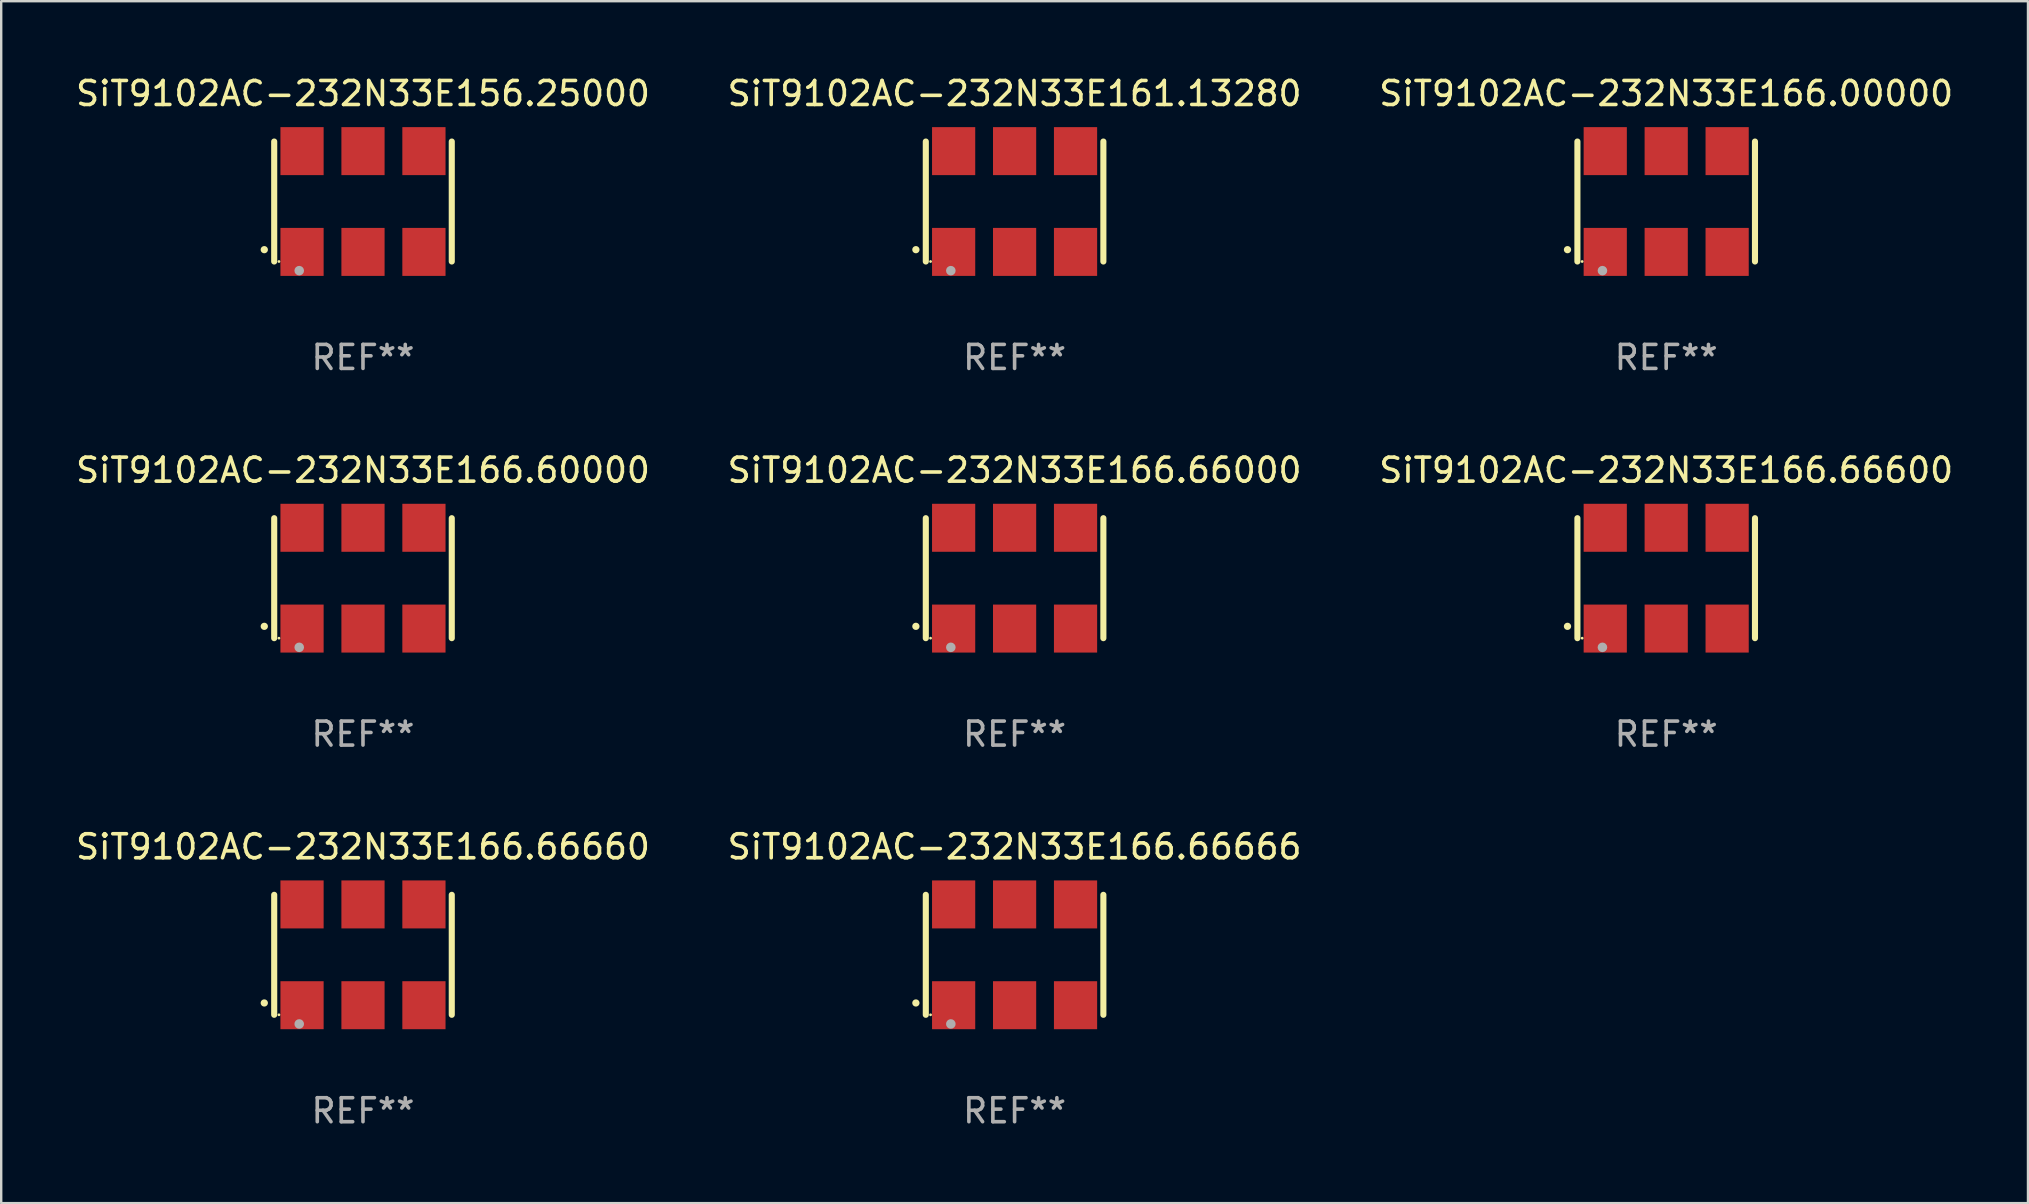
<source format=kicad_pcb>
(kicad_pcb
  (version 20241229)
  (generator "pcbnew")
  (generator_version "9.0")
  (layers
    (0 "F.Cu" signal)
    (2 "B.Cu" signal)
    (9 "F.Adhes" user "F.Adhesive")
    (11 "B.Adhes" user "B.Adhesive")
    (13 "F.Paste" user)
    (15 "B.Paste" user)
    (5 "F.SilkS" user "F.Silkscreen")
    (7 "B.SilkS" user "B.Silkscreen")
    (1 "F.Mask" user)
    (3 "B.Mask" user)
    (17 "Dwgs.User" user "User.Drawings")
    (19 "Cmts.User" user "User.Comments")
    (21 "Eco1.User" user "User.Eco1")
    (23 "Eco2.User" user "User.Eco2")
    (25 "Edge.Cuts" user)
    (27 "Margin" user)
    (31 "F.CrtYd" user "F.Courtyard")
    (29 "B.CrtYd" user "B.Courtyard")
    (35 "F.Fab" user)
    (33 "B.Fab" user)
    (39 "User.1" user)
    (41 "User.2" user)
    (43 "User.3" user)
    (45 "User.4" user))
  (footprint "SiT9102AC-232N33E166.00000"
    (layer "F.Cu")
    (at 66.387 5.348)
    (property "Reference" "SiT9102AC-232N33E166.00000" (at 0 -4.5 0) (layer "F.SilkS") (effects (font (size 1 1) (thickness 0.15))))
    (attr through_hole)
    (fp_line (start -3.7 -2.5) (end -3.7 2.5) (stroke (width 0.254) (type solid)) (layer "F.SilkS"))
    (fp_line (start 3.7 -2.5) (end 3.7 2.5) (stroke (width 0.254) (type solid)) (layer "F.SilkS"))
    (fp_arc (start -4.114415 2.006604) (mid -4.113145 2.006599) (end -4.111875 2.006604) (stroke (width 0.3) (type solid)) (layer "F.SilkS"))
    (fp_circle (center -3.502 2.5) (end -3.472 2.5) (stroke (width 0.06) (type solid)) (fill no) (layer "F.SilkS"))
    (fp_circle (center -2.657 2.882) (end -2.557 2.882) (stroke (width 0.2) (type solid)) (fill no) (layer "F.Fab"))
    (fp_text user "REF**" (at 0 6.5 0) (layer "F.Fab") (effects (font (size 1 1) (thickness 0.15))))
    (pad "1" smd rect (at -2.54 2.1) (size 1.8 2) (layers "F.Cu" "F.Mask" "F.Paste"))
    (pad "2" smd rect (at 0.000394 2.1) (size 1.8 2) (layers "F.Cu" "F.Mask" "F.Paste"))
    (pad "3" smd rect (at 2.54 2.1) (size 1.8 2) (layers "F.Cu" "F.Mask" "F.Paste"))
    (pad "4" smd rect (at 2.54 -2.1) (size 1.8 2) (layers "F.Cu" "F.Mask" "F.Paste"))
    (pad "5" smd rect (at 0.000394 -2.1) (size 1.8 2) (layers "F.Cu" "F.Mask" "F.Paste"))
    (pad "6" smd rect (at -2.54 -2.1) (size 1.8 2) (layers "F.Cu" "F.Mask" "F.Paste")))
  (footprint "SiT9102AC-232N33E166.66600"
    (layer "F.Cu")
    (at 66.387 21.045)
    (property "Reference" "SiT9102AC-232N33E166.66600" (at 0 -4.5 0) (layer "F.SilkS") (effects (font (size 1 1) (thickness 0.15))))
    (attr through_hole)
    (fp_line (start -3.7 -2.5) (end -3.7 2.5) (stroke (width 0.254) (type solid)) (layer "F.SilkS"))
    (fp_line (start 3.7 -2.5) (end 3.7 2.5) (stroke (width 0.254) (type solid)) (layer "F.SilkS"))
    (fp_arc (start -4.114415 2.006604) (mid -4.113145 2.006599) (end -4.111875 2.006604) (stroke (width 0.3) (type solid)) (layer "F.SilkS"))
    (fp_circle (center -3.502 2.5) (end -3.472 2.5) (stroke (width 0.06) (type solid)) (fill no) (layer "F.SilkS"))
    (fp_circle (center -2.657 2.882) (end -2.557 2.882) (stroke (width 0.2) (type solid)) (fill no) (layer "F.Fab"))
    (fp_text user "REF**" (at 0 6.5 0) (layer "F.Fab") (effects (font (size 1 1) (thickness 0.15))))
    (pad "1" smd rect (at -2.54 2.1) (size 1.8 2) (layers "F.Cu" "F.Mask" "F.Paste"))
    (pad "2" smd rect (at 0.000394 2.1) (size 1.8 2) (layers "F.Cu" "F.Mask" "F.Paste"))
    (pad "3" smd rect (at 2.54 2.1) (size 1.8 2) (layers "F.Cu" "F.Mask" "F.Paste"))
    (pad "4" smd rect (at 2.54 -2.1) (size 1.8 2) (layers "F.Cu" "F.Mask" "F.Paste"))
    (pad "5" smd rect (at 0.000394 -2.1) (size 1.8 2) (layers "F.Cu" "F.Mask" "F.Paste"))
    (pad "6" smd rect (at -2.54 -2.1) (size 1.8 2) (layers "F.Cu" "F.Mask" "F.Paste")))
  (footprint "SiT9102AC-232N33E166.66666"
    (layer "F.Cu")
    (at 39.232 36.741)
    (property "Reference" "SiT9102AC-232N33E166.66666" (at 0 -4.5 0) (layer "F.SilkS") (effects (font (size 1 1) (thickness 0.15))))
    (attr through_hole)
    (fp_line (start -3.7 -2.5) (end -3.7 2.5) (stroke (width 0.254) (type solid)) (layer "F.SilkS"))
    (fp_line (start 3.7 -2.5) (end 3.7 2.5) (stroke (width 0.254) (type solid)) (layer "F.SilkS"))
    (fp_arc (start -4.114415 2.006604) (mid -4.113145 2.006599) (end -4.111875 2.006604) (stroke (width 0.3) (type solid)) (layer "F.SilkS"))
    (fp_circle (center -3.502 2.5) (end -3.472 2.5) (stroke (width 0.06) (type solid)) (fill no) (layer "F.SilkS"))
    (fp_circle (center -2.657 2.882) (end -2.557 2.882) (stroke (width 0.2) (type solid)) (fill no) (layer "F.Fab"))
    (fp_text user "REF**" (at 0 6.5 0) (layer "F.Fab") (effects (font (size 1 1) (thickness 0.15))))
    (pad "1" smd rect (at -2.54 2.1) (size 1.8 2) (layers "F.Cu" "F.Mask" "F.Paste"))
    (pad "2" smd rect (at 0.000394 2.1) (size 1.8 2) (layers "F.Cu" "F.Mask" "F.Paste"))
    (pad "3" smd rect (at 2.54 2.1) (size 1.8 2) (layers "F.Cu" "F.Mask" "F.Paste"))
    (pad "4" smd rect (at 2.54 -2.1) (size 1.8 2) (layers "F.Cu" "F.Mask" "F.Paste"))
    (pad "5" smd rect (at 0.000394 -2.1) (size 1.8 2) (layers "F.Cu" "F.Mask" "F.Paste"))
    (pad "6" smd rect (at -2.54 -2.1) (size 1.8 2) (layers "F.Cu" "F.Mask" "F.Paste")))
  (footprint "SiT9102AC-232N33E161.13280"
    (layer "F.Cu")
    (at 39.232 5.348)
    (property "Reference" "SiT9102AC-232N33E161.13280" (at 0 -4.5 0) (layer "F.SilkS") (effects (font (size 1 1) (thickness 0.15))))
    (attr through_hole)
    (fp_line (start -3.7 -2.5) (end -3.7 2.5) (stroke (width 0.254) (type solid)) (layer "F.SilkS"))
    (fp_line (start 3.7 -2.5) (end 3.7 2.5) (stroke (width 0.254) (type solid)) (layer "F.SilkS"))
    (fp_arc (start -4.114415 2.006604) (mid -4.113145 2.006599) (end -4.111875 2.006604) (stroke (width 0.3) (type solid)) (layer "F.SilkS"))
    (fp_circle (center -3.502 2.5) (end -3.472 2.5) (stroke (width 0.06) (type solid)) (fill no) (layer "F.SilkS"))
    (fp_circle (center -2.657 2.882) (end -2.557 2.882) (stroke (width 0.2) (type solid)) (fill no) (layer "F.Fab"))
    (fp_text user "REF**" (at 0 6.5 0) (layer "F.Fab") (effects (font (size 1 1) (thickness 0.15))))
    (pad "1" smd rect (at -2.54 2.1) (size 1.8 2) (layers "F.Cu" "F.Mask" "F.Paste"))
    (pad "2" smd rect (at 0.000394 2.1) (size 1.8 2) (layers "F.Cu" "F.Mask" "F.Paste"))
    (pad "3" smd rect (at 2.54 2.1) (size 1.8 2) (layers "F.Cu" "F.Mask" "F.Paste"))
    (pad "4" smd rect (at 2.54 -2.1) (size 1.8 2) (layers "F.Cu" "F.Mask" "F.Paste"))
    (pad "5" smd rect (at 0.000394 -2.1) (size 1.8 2) (layers "F.Cu" "F.Mask" "F.Paste"))
    (pad "6" smd rect (at -2.54 -2.1) (size 1.8 2) (layers "F.Cu" "F.Mask" "F.Paste")))
  (footprint "SiT9102AC-232N33E166.66000"
    (layer "F.Cu")
    (at 39.232 21.045)
    (property "Reference" "SiT9102AC-232N33E166.66000" (at 0 -4.5 0) (layer "F.SilkS") (effects (font (size 1 1) (thickness 0.15))))
    (attr through_hole)
    (fp_line (start -3.7 -2.5) (end -3.7 2.5) (stroke (width 0.254) (type solid)) (layer "F.SilkS"))
    (fp_line (start 3.7 -2.5) (end 3.7 2.5) (stroke (width 0.254) (type solid)) (layer "F.SilkS"))
    (fp_arc (start -4.114415 2.006604) (mid -4.113145 2.006599) (end -4.111875 2.006604) (stroke (width 0.3) (type solid)) (layer "F.SilkS"))
    (fp_circle (center -3.502 2.5) (end -3.472 2.5) (stroke (width 0.06) (type solid)) (fill no) (layer "F.SilkS"))
    (fp_circle (center -2.657 2.882) (end -2.557 2.882) (stroke (width 0.2) (type solid)) (fill no) (layer "F.Fab"))
    (fp_text user "REF**" (at 0 6.5 0) (layer "F.Fab") (effects (font (size 1 1) (thickness 0.15))))
    (pad "1" smd rect (at -2.54 2.1) (size 1.8 2) (layers "F.Cu" "F.Mask" "F.Paste"))
    (pad "2" smd rect (at 0.000394 2.1) (size 1.8 2) (layers "F.Cu" "F.Mask" "F.Paste"))
    (pad "3" smd rect (at 2.54 2.1) (size 1.8 2) (layers "F.Cu" "F.Mask" "F.Paste"))
    (pad "4" smd rect (at 2.54 -2.1) (size 1.8 2) (layers "F.Cu" "F.Mask" "F.Paste"))
    (pad "5" smd rect (at 0.000394 -2.1) (size 1.8 2) (layers "F.Cu" "F.Mask" "F.Paste"))
    (pad "6" smd rect (at -2.54 -2.1) (size 1.8 2) (layers "F.Cu" "F.Mask" "F.Paste")))
  (footprint "SiT9102AC-232N33E166.66660"
    (layer "F.Cu")
    (at 12.077 36.741)
    (property "Reference" "SiT9102AC-232N33E166.66660" (at 0 -4.5 0) (layer "F.SilkS") (effects (font (size 1 1) (thickness 0.15))))
    (attr through_hole)
    (fp_line (start -3.7 -2.5) (end -3.7 2.5) (stroke (width 0.254) (type solid)) (layer "F.SilkS"))
    (fp_line (start 3.7 -2.5) (end 3.7 2.5) (stroke (width 0.254) (type solid)) (layer "F.SilkS"))
    (fp_arc (start -4.114415 2.006604) (mid -4.113145 2.006599) (end -4.111875 2.006604) (stroke (width 0.3) (type solid)) (layer "F.SilkS"))
    (fp_circle (center -3.502 2.5) (end -3.472 2.5) (stroke (width 0.06) (type solid)) (fill no) (layer "F.SilkS"))
    (fp_circle (center -2.657 2.882) (end -2.557 2.882) (stroke (width 0.2) (type solid)) (fill no) (layer "F.Fab"))
    (fp_text user "REF**" (at 0 6.5 0) (layer "F.Fab") (effects (font (size 1 1) (thickness 0.15))))
    (pad "1" smd rect (at -2.54 2.1) (size 1.8 2) (layers "F.Cu" "F.Mask" "F.Paste"))
    (pad "2" smd rect (at 0.000394 2.1) (size 1.8 2) (layers "F.Cu" "F.Mask" "F.Paste"))
    (pad "3" smd rect (at 2.54 2.1) (size 1.8 2) (layers "F.Cu" "F.Mask" "F.Paste"))
    (pad "4" smd rect (at 2.54 -2.1) (size 1.8 2) (layers "F.Cu" "F.Mask" "F.Paste"))
    (pad "5" smd rect (at 0.000394 -2.1) (size 1.8 2) (layers "F.Cu" "F.Mask" "F.Paste"))
    (pad "6" smd rect (at -2.54 -2.1) (size 1.8 2) (layers "F.Cu" "F.Mask" "F.Paste")))
  (footprint "SiT9102AC-232N33E156.25000"
    (layer "F.Cu")
    (at 12.077 5.348)
    (property "Reference" "SiT9102AC-232N33E156.25000" (at 0 -4.5 0) (layer "F.SilkS") (effects (font (size 1 1) (thickness 0.15))))
    (attr through_hole)
    (fp_line (start -3.7 -2.5) (end -3.7 2.5) (stroke (width 0.254) (type solid)) (layer "F.SilkS"))
    (fp_line (start 3.7 -2.5) (end 3.7 2.5) (stroke (width 0.254) (type solid)) (layer "F.SilkS"))
    (fp_arc (start -4.114415 2.006604) (mid -4.113145 2.006599) (end -4.111875 2.006604) (stroke (width 0.3) (type solid)) (layer "F.SilkS"))
    (fp_circle (center -3.502 2.5) (end -3.472 2.5) (stroke (width 0.06) (type solid)) (fill no) (layer "F.SilkS"))
    (fp_circle (center -2.657 2.882) (end -2.557 2.882) (stroke (width 0.2) (type solid)) (fill no) (layer "F.Fab"))
    (fp_text user "REF**" (at 0 6.5 0) (layer "F.Fab") (effects (font (size 1 1) (thickness 0.15))))
    (pad "1" smd rect (at -2.54 2.1) (size 1.8 2) (layers "F.Cu" "F.Mask" "F.Paste"))
    (pad "2" smd rect (at 0.000394 2.1) (size 1.8 2) (layers "F.Cu" "F.Mask" "F.Paste"))
    (pad "3" smd rect (at 2.54 2.1) (size 1.8 2) (layers "F.Cu" "F.Mask" "F.Paste"))
    (pad "4" smd rect (at 2.54 -2.1) (size 1.8 2) (layers "F.Cu" "F.Mask" "F.Paste"))
    (pad "5" smd rect (at 0.000394 -2.1) (size 1.8 2) (layers "F.Cu" "F.Mask" "F.Paste"))
    (pad "6" smd rect (at -2.54 -2.1) (size 1.8 2) (layers "F.Cu" "F.Mask" "F.Paste")))
  (footprint "SiT9102AC-232N33E166.60000"
    (layer "F.Cu")
    (at 12.077 21.045)
    (property "Reference" "SiT9102AC-232N33E166.60000" (at 0 -4.5 0) (layer "F.SilkS") (effects (font (size 1 1) (thickness 0.15))))
    (attr through_hole)
    (fp_line (start -3.7 -2.5) (end -3.7 2.5) (stroke (width 0.254) (type solid)) (layer "F.SilkS"))
    (fp_line (start 3.7 -2.5) (end 3.7 2.5) (stroke (width 0.254) (type solid)) (layer "F.SilkS"))
    (fp_arc (start -4.114415 2.006604) (mid -4.113145 2.006599) (end -4.111875 2.006604) (stroke (width 0.3) (type solid)) (layer "F.SilkS"))
    (fp_circle (center -3.502 2.5) (end -3.472 2.5) (stroke (width 0.06) (type solid)) (fill no) (layer "F.SilkS"))
    (fp_circle (center -2.657 2.882) (end -2.557 2.882) (stroke (width 0.2) (type solid)) (fill no) (layer "F.Fab"))
    (fp_text user "REF**" (at 0 6.5 0) (layer "F.Fab") (effects (font (size 1 1) (thickness 0.15))))
    (pad "1" smd rect (at -2.54 2.1) (size 1.8 2) (layers "F.Cu" "F.Mask" "F.Paste"))
    (pad "2" smd rect (at 0.000394 2.1) (size 1.8 2) (layers "F.Cu" "F.Mask" "F.Paste"))
    (pad "3" smd rect (at 2.54 2.1) (size 1.8 2) (layers "F.Cu" "F.Mask" "F.Paste"))
    (pad "4" smd rect (at 2.54 -2.1) (size 1.8 2) (layers "F.Cu" "F.Mask" "F.Paste"))
    (pad "5" smd rect (at 0.000394 -2.1) (size 1.8 2) (layers "F.Cu" "F.Mask" "F.Paste"))
    (pad "6" smd rect (at -2.54 -2.1) (size 1.8 2) (layers "F.Cu" "F.Mask" "F.Paste")))
  (gr_rect
    (start -3 -3)
    (end 81.464 47.09)
    (stroke (width 0.1) (type default))
    (fill no)
    (layer "Edge.Cuts")))
</source>
